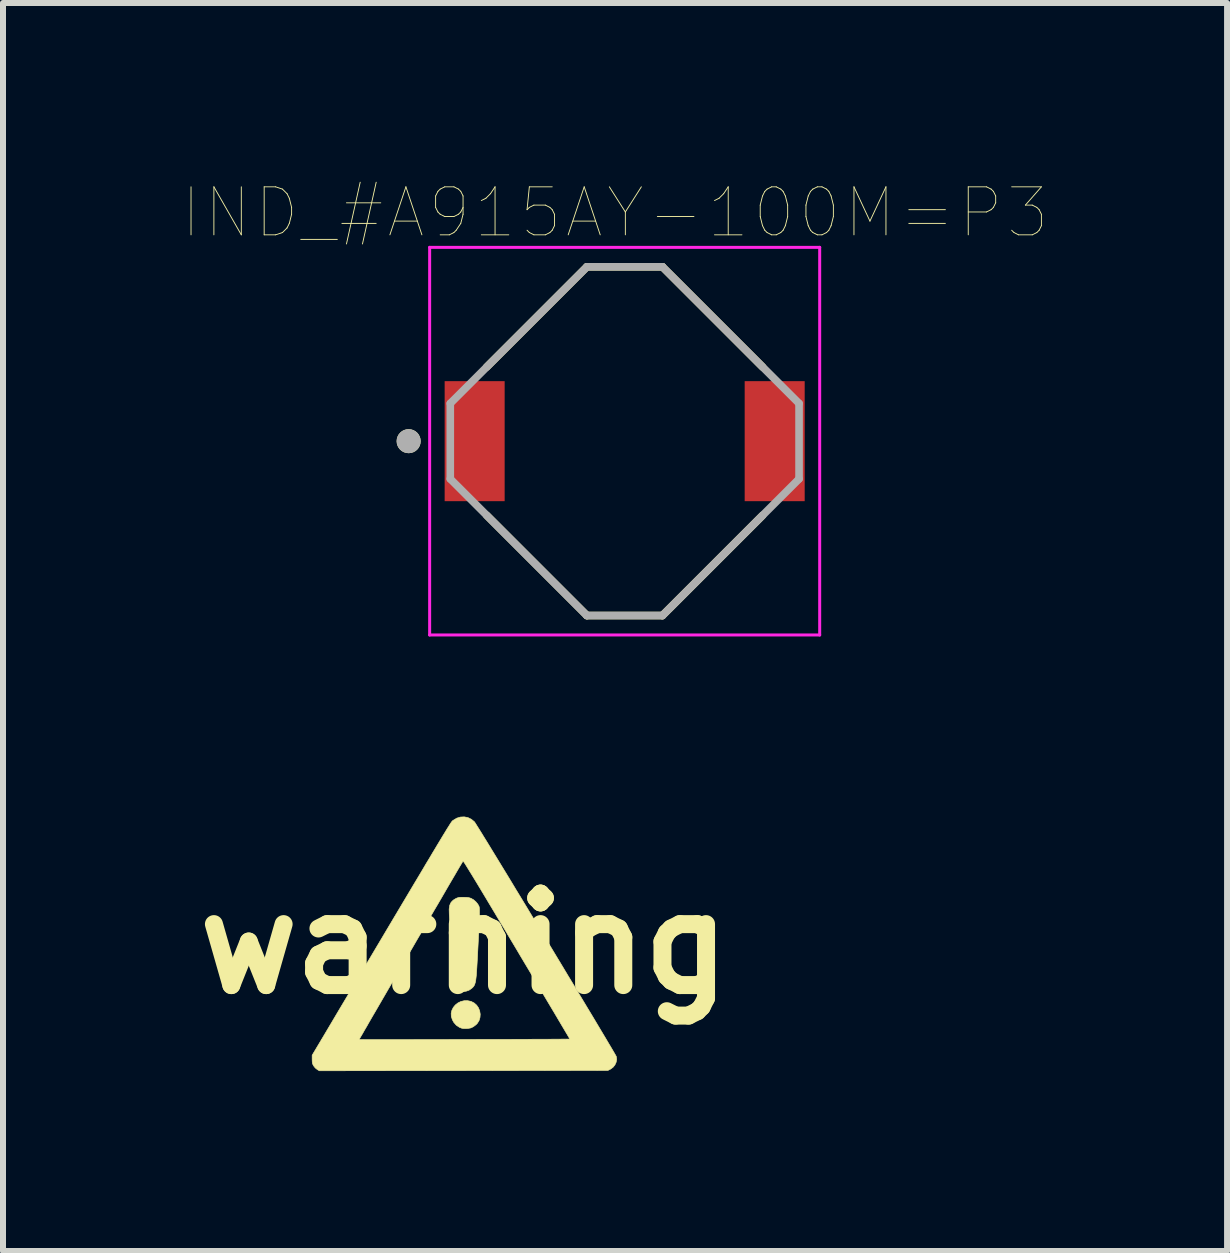
<source format=kicad_pcb>
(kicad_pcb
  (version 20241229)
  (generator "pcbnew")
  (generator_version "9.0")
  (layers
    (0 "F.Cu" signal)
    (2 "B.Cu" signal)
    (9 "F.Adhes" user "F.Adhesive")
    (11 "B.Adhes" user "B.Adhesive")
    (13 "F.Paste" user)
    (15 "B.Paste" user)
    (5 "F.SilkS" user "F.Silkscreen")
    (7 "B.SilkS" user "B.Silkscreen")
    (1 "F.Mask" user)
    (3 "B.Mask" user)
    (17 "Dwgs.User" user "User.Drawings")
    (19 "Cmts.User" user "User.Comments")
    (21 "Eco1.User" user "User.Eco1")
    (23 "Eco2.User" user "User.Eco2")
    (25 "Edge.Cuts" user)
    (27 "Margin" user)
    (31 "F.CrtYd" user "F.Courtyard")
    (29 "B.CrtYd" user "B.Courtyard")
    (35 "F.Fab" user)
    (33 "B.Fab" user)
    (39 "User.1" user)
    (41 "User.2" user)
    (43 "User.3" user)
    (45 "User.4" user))
  (footprint "warning"
    (layer "F.Cu")
    (at 4.688 12.677)
    (property "Reference" "warning" (at 0 0 0) (layer "F.SilkS") (effects (font (size 1.524 1.524) (thickness 0.3))))
    (attr through_hole)
    (fp_poly (pts (xy 0.112 0.961) (xy 0.163 0.987) (xy 0.205 1.024) (xy 0.236 1.069) (xy 0.256 1.121) (xy 0.265 1.175) (xy 0.261 1.229) (xy 0.245 1.282) (xy 0.215 1.329) (xy 0.195 1.349) (xy 0.152 1.382) (xy 0.11 1.403) (xy 0.061 1.412) (xy 0.025 1.414) (xy -0.014 1.413) (xy -0.044 1.408) (xy -0.072 1.397) (xy -0.083 1.392) (xy -0.134 1.358) (xy -0.176 1.31) (xy -0.2 1.266) (xy -0.217 1.212) (xy -0.219 1.159) (xy -0.207 1.108) (xy -0.183 1.061) (xy -0.15 1.021) (xy -0.107 0.987) (xy -0.058 0.963) (xy -0.004 0.95) (xy 0.054 0.949) (xy 0.112 0.961)) (stroke (width 0.01) (type solid)) (fill yes) (layer "F.SilkS"))
    (fp_poly (pts (xy 0.031 -0.773) (xy 0.063 -0.77) (xy 0.089 -0.764) (xy 0.115 -0.755) (xy 0.116 -0.754) (xy 0.156 -0.731) (xy 0.193 -0.698) (xy 0.224 -0.661) (xy 0.244 -0.625) (xy 0.246 -0.618) (xy 0.249 -0.606) (xy 0.251 -0.588) (xy 0.252 -0.563) (xy 0.252 -0.53) (xy 0.252 -0.488) (xy 0.25 -0.436) (xy 0.248 -0.373) (xy 0.245 -0.298) (xy 0.241 -0.211) (xy 0.236 -0.11) (xy 0.23 0.005) (xy 0.223 0.136) (xy 0.22 0.203) (xy 0.214 0.306) (xy 0.209 0.393) (xy 0.204 0.466) (xy 0.2 0.526) (xy 0.194 0.576) (xy 0.189 0.616) (xy 0.182 0.648) (xy 0.174 0.674) (xy 0.165 0.695) (xy 0.154 0.712) (xy 0.141 0.727) (xy 0.126 0.741) (xy 0.117 0.748) (xy 0.079 0.774) (xy 0.035 0.79) (xy -0.007 0.797) (xy -0.045 0.791) (xy -0.051 0.789) (xy -0.078 0.772) (xy -0.108 0.746) (xy -0.135 0.717) (xy -0.152 0.691) (xy -0.158 0.676) (xy -0.164 0.658) (xy -0.169 0.634) (xy -0.174 0.604) (xy -0.179 0.567) (xy -0.184 0.522) (xy -0.19 0.467) (xy -0.195 0.403) (xy -0.201 0.327) (xy -0.207 0.239) (xy -0.214 0.138) (xy -0.222 0.023) (xy -0.23 -0.108) (xy -0.238 -0.233) (xy -0.242 -0.305) (xy -0.245 -0.374) (xy -0.248 -0.437) (xy -0.251 -0.493) (xy -0.252 -0.538) (xy -0.253 -0.571) (xy -0.252 -0.585) (xy -0.243 -0.642) (xy -0.221 -0.689) (xy -0.185 -0.726) (xy -0.148 -0.749) (xy -0.124 -0.761) (xy -0.103 -0.768) (xy -0.08 -0.773) (xy -0.051 -0.774) (xy -0.013 -0.774) (xy 0.031 -0.773)) (stroke (width 0.01) (type solid)) (fill yes) (layer "F.SilkS"))
    (fp_poly (pts (xy 0.06 -2.102) (xy 0.117 -2.074) (xy 0.168 -2.032) (xy 0.175 -2.022) (xy 0.191 -1.997) (xy 0.214 -1.96) (xy 0.245 -1.911) (xy 0.283 -1.85) (xy 0.327 -1.778) (xy 0.378 -1.696) (xy 0.434 -1.604) (xy 0.495 -1.504) (xy 0.561 -1.396) (xy 0.631 -1.281) (xy 0.705 -1.16) (xy 0.782 -1.033) (xy 0.862 -0.9) (xy 0.945 -0.764) (xy 1.03 -0.624) (xy 1.116 -0.481) (xy 1.204 -0.337) (xy 1.292 -0.191) (xy 1.381 -0.044) (xy 1.469 0.102) (xy 1.557 0.248) (xy 1.644 0.392) (xy 1.729 0.534) (xy 1.813 0.672) (xy 1.894 0.807) (xy 1.972 0.937) (xy 2.047 1.062) (xy 2.119 1.181) (xy 2.186 1.293) (xy 2.248 1.397) (xy 2.306 1.494) (xy 2.358 1.581) (xy 2.404 1.659) (xy 2.444 1.726) (xy 2.477 1.782) (xy 2.503 1.827) (xy 2.521 1.858) (xy 2.531 1.877) (xy 2.533 1.881) (xy 2.539 1.927) (xy 2.53 1.975) (xy 2.509 2.021) (xy 2.477 2.06) (xy 2.435 2.09) (xy 2.434 2.091) (xy 2.392 2.112) (xy -0.013 2.115) (xy -2.417 2.117) (xy -2.453 2.095) (xy -2.484 2.07) (xy -2.511 2.036) (xy -2.512 2.034) (xy -2.525 2.01) (xy -2.532 1.989) (xy -2.535 1.962) (xy -2.536 1.926) (xy -2.536 1.858) (xy -2.38 1.597) (xy -1.753 1.597) (xy -1.744 1.597) (xy -1.72 1.597) (xy -1.681 1.597) (xy -1.627 1.598) (xy -1.561 1.598) (xy -1.482 1.598) (xy -1.393 1.598) (xy -1.293 1.598) (xy -1.183 1.598) (xy -1.066 1.598) (xy -0.941 1.598) (xy -0.81 1.597) (xy -0.673 1.597) (xy -0.532 1.597) (xy -0.388 1.597) (xy -0.241 1.596) (xy -0.092 1.596) (xy 0.057 1.596) (xy 0.206 1.595) (xy 0.354 1.595) (xy 0.499 1.595) (xy 0.641 1.594) (xy 0.779 1.594) (xy 0.912 1.593) (xy 1.039 1.593) (xy 1.158 1.592) (xy 1.27 1.592) (xy 1.372 1.592) (xy 1.465 1.591) (xy 1.547 1.591) (xy 1.616 1.59) (xy 1.673 1.59) (xy 1.717 1.589) (xy 1.745 1.589) (xy 1.758 1.589) (xy 1.758 1.589) (xy 1.754 1.581) (xy 1.742 1.56) (xy 1.722 1.526) (xy 1.694 1.479) (xy 1.659 1.42) (xy 1.618 1.351) (xy 1.57 1.27) (xy 1.517 1.18) (xy 1.458 1.081) (xy 1.394 0.974) (xy 1.325 0.858) (xy 1.252 0.736) (xy 1.176 0.608) (xy 1.096 0.473) (xy 1.013 0.334) (xy 0.927 0.19) (xy 0.874 0.1) (xy 0.764 -0.084) (xy 0.663 -0.254) (xy 0.569 -0.41) (xy 0.484 -0.553) (xy 0.406 -0.683) (xy 0.336 -0.8) (xy 0.273 -0.905) (xy 0.217 -0.998) (xy 0.167 -1.08) (xy 0.124 -1.151) (xy 0.086 -1.212) (xy 0.055 -1.263) (xy 0.03 -1.303) (xy 0.01 -1.335) (xy -0.005 -1.357) (xy -0.016 -1.371) (xy -0.021 -1.377) (xy -0.022 -1.378) (xy -0.027 -1.369) (xy -0.04 -1.347) (xy -0.061 -1.312) (xy -0.089 -1.265) (xy -0.123 -1.207) (xy -0.163 -1.138) (xy -0.209 -1.06) (xy -0.26 -0.973) (xy -0.315 -0.878) (xy -0.374 -0.776) (xy -0.437 -0.668) (xy -0.504 -0.555) (xy -0.572 -0.437) (xy -0.643 -0.316) (xy -0.715 -0.191) (xy -0.789 -0.065) (xy -0.863 0.063) (xy -0.938 0.191) (xy -1.012 0.318) (xy -1.085 0.444) (xy -1.157 0.568) (xy -1.227 0.688) (xy -1.295 0.805) (xy -1.36 0.917) (xy -1.422 1.024) (xy -1.48 1.124) (xy -1.534 1.216) (xy -1.583 1.301) (xy -1.626 1.377) (xy -1.665 1.443) (xy -1.696 1.498) (xy -1.722 1.542) (xy -1.74 1.573) (xy -1.75 1.592) (xy -1.753 1.597) (xy -2.38 1.597) (xy -2.073 1.079) (xy -1.922 0.826) (xy -1.779 0.587) (xy -1.645 0.361) (xy -1.519 0.149) (xy -1.4 -0.051) (xy -1.289 -0.238) (xy -1.185 -0.413) (xy -1.088 -0.576) (xy -0.998 -0.727) (xy -0.914 -0.868) (xy -0.836 -0.999) (xy -0.764 -1.119) (xy -0.698 -1.23) (xy -0.638 -1.332) (xy -0.582 -1.424) (xy -0.532 -1.509) (xy -0.486 -1.585) (xy -0.445 -1.654) (xy -0.408 -1.715) (xy -0.375 -1.77) (xy -0.346 -1.818) (xy -0.32 -1.86) (xy -0.298 -1.897) (xy -0.278 -1.929) (xy -0.261 -1.955) (xy -0.247 -1.978) (xy -0.235 -1.997) (xy -0.225 -2.012) (xy -0.217 -2.024) (xy -0.21 -2.033) (xy -0.205 -2.04) (xy -0.201 -2.045) (xy -0.197 -2.048) (xy -0.194 -2.051) (xy -0.192 -2.053) (xy -0.189 -2.054) (xy -0.186 -2.056) (xy -0.183 -2.058) (xy -0.125 -2.093) (xy -0.064 -2.111) (xy -0.001 -2.114) (xy 0.06 -2.102)) (stroke (width 0.01) (type solid)) (fill yes) (layer "F.SilkS")))
  (footprint "IND_#A915AY-100M=P3"
    (layer "F.Cu")
    (at 7.36 4.302)
    (property "Reference" "IND_#A915AY-100M=P3" (at -0.16 -3.808 0) (layer "F.SilkS") (effects (font (size 0.8 0.8) (thickness 0.015))))
    (attr through_hole)
    (fp_line (start -2.299 -1.236) (end -0.629 -2.906) (stroke (width 0.127) (type solid)) (layer "F.SilkS"))
    (fp_line (start -2.299 1.236) (end -0.629 2.906) (stroke (width 0.127) (type solid)) (layer "F.SilkS"))
    (fp_line (start -0.629 -2.906) (end 0.629 -2.906) (stroke (width 0.127) (type solid)) (layer "F.SilkS"))
    (fp_line (start -0.629 2.906) (end 0.629 2.906) (stroke (width 0.127) (type solid)) (layer "F.SilkS"))
    (fp_line (start 0.629 -2.906) (end 2.299 -1.236) (stroke (width 0.127) (type solid)) (layer "F.SilkS"))
    (fp_line (start 0.629 2.906) (end 2.299 1.236) (stroke (width 0.127) (type solid)) (layer "F.SilkS"))
    (fp_circle (center -3.6 0) (end -3.5 0) (stroke (width 0.2) (type solid)) (fill no) (layer "F.SilkS"))
    (fp_line (start -3.25 -3.23) (end 3.25 -3.23) (stroke (width 0.05) (type solid)) (layer "F.CrtYd"))
    (fp_line (start -3.25 3.23) (end -3.25 -3.23) (stroke (width 0.05) (type solid)) (layer "F.CrtYd"))
    (fp_line (start 3.25 -3.23) (end 3.25 3.23) (stroke (width 0.05) (type solid)) (layer "F.CrtYd"))
    (fp_line (start 3.25 3.23) (end -3.25 3.23) (stroke (width 0.05) (type solid)) (layer "F.CrtYd"))
    (fp_line (start -2.906 -0.629) (end -2.906 0.629) (stroke (width 0.127) (type solid)) (layer "F.Fab"))
    (fp_line (start -2.906 -0.629) (end -0.629 -2.906) (stroke (width 0.127) (type solid)) (layer "F.Fab"))
    (fp_line (start -0.629 2.906) (end -2.906 0.629) (stroke (width 0.127) (type solid)) (layer "F.Fab"))
    (fp_line (start -0.629 2.906) (end 0.629 2.906) (stroke (width 0.127) (type solid)) (layer "F.Fab"))
    (fp_line (start 0.629 -2.906) (end -0.629 -2.906) (stroke (width 0.127) (type solid)) (layer "F.Fab"))
    (fp_line (start 0.629 -2.906) (end 2.906 -0.629) (stroke (width 0.127) (type solid)) (layer "F.Fab"))
    (fp_line (start 2.906 0.629) (end 0.629 2.906) (stroke (width 0.127) (type solid)) (layer "F.Fab"))
    (fp_line (start 2.906 0.629) (end 2.906 -0.629) (stroke (width 0.127) (type solid)) (layer "F.Fab"))
    (fp_circle (center -3.6 0) (end -3.5 0) (stroke (width 0.2) (type solid)) (fill no) (layer "F.Fab"))
    (pad "1" smd rect (at -2.5 0) (size 1 2) (layers "F.Cu" "F.Mask" "F.Paste"))
    (pad "2" smd rect (at 2.5 0) (size 1 2) (layers "F.Cu" "F.Mask" "F.Paste")))
  (gr_rect
    (start -3 -3)
    (end 17.399 17.798)
    (stroke (width 0.1) (type default))
    (fill no)
    (layer "Edge.Cuts")))
</source>
